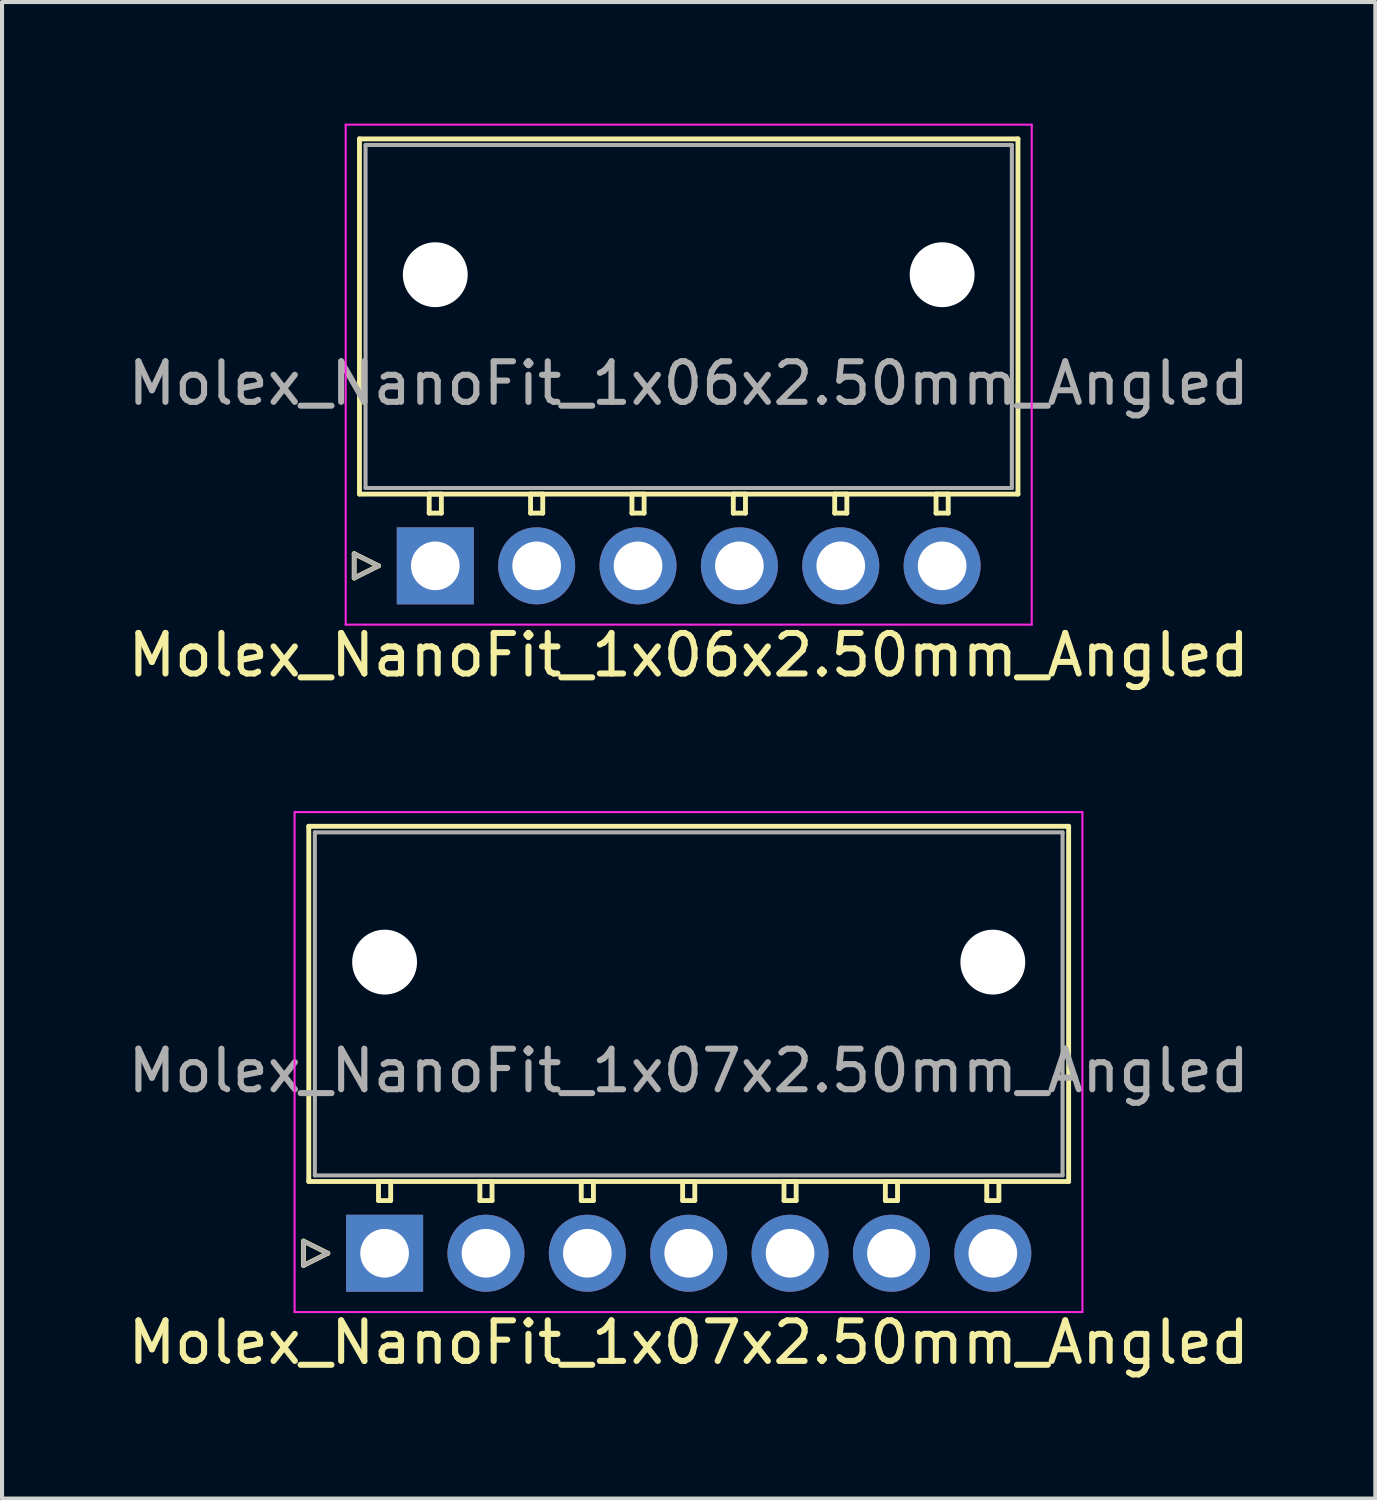
<source format=kicad_pcb>
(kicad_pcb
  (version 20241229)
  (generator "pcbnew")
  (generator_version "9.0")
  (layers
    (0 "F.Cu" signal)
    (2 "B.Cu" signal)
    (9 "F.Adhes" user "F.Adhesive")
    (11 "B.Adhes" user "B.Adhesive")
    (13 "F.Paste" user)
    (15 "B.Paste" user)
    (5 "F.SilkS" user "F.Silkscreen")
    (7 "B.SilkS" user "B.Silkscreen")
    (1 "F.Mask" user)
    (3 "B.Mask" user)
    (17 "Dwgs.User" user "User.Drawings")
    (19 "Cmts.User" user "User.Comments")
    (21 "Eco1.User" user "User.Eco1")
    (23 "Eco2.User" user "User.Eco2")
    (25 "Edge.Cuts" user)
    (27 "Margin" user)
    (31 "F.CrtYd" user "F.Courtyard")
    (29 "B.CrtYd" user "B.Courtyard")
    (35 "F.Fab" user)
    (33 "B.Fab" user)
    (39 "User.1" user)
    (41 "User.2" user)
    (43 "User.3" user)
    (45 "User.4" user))
  (footprint "Molex_NanoFit_1x06x2.50mm_Angled"
    (layer "F.Cu")
    (at 7.685 10.905)
    (property "Reference" "Molex_NanoFit_1x06x2.50mm_Angled" (at 6.25 2.2 0) (layer "F.SilkS") (effects (font (size 1 1) (thickness 0.15))))
    (attr through_hole)
    (fp_line (start -2 -0.3) (end -1.4 0) (stroke (width 0.12) (type solid)) (layer "F.SilkS"))
    (fp_line (start -2 0.3) (end -2 -0.3) (stroke (width 0.12) (type solid)) (layer "F.SilkS"))
    (fp_line (start -1.87 -10.53) (end -1.87 -1.77) (stroke (width 0.12) (type solid)) (layer "F.SilkS"))
    (fp_line (start -1.87 -1.77) (end 14.37 -1.77) (stroke (width 0.12) (type solid)) (layer "F.SilkS"))
    (fp_line (start -1.4 0) (end -2 0.3) (stroke (width 0.12) (type solid)) (layer "F.SilkS"))
    (fp_line (start -0.15 -1.77) (end -0.15 -1.3) (stroke (width 0.12) (type solid)) (layer "F.SilkS"))
    (fp_line (start -0.15 -1.3) (end 0.15 -1.3) (stroke (width 0.12) (type solid)) (layer "F.SilkS"))
    (fp_line (start 0.15 -1.77) (end -0.15 -1.77) (stroke (width 0.12) (type solid)) (layer "F.SilkS"))
    (fp_line (start 0.15 -1.3) (end 0.15 -1.77) (stroke (width 0.12) (type solid)) (layer "F.SilkS"))
    (fp_line (start 2.35 -1.77) (end 2.35 -1.3) (stroke (width 0.12) (type solid)) (layer "F.SilkS"))
    (fp_line (start 2.35 -1.3) (end 2.65 -1.3) (stroke (width 0.12) (type solid)) (layer "F.SilkS"))
    (fp_line (start 2.65 -1.77) (end 2.35 -1.77) (stroke (width 0.12) (type solid)) (layer "F.SilkS"))
    (fp_line (start 2.65 -1.3) (end 2.65 -1.77) (stroke (width 0.12) (type solid)) (layer "F.SilkS"))
    (fp_line (start 4.85 -1.77) (end 4.85 -1.3) (stroke (width 0.12) (type solid)) (layer "F.SilkS"))
    (fp_line (start 4.85 -1.3) (end 5.15 -1.3) (stroke (width 0.12) (type solid)) (layer "F.SilkS"))
    (fp_line (start 5.15 -1.77) (end 4.85 -1.77) (stroke (width 0.12) (type solid)) (layer "F.SilkS"))
    (fp_line (start 5.15 -1.3) (end 5.15 -1.77) (stroke (width 0.12) (type solid)) (layer "F.SilkS"))
    (fp_line (start 7.35 -1.77) (end 7.35 -1.3) (stroke (width 0.12) (type solid)) (layer "F.SilkS"))
    (fp_line (start 7.35 -1.3) (end 7.65 -1.3) (stroke (width 0.12) (type solid)) (layer "F.SilkS"))
    (fp_line (start 7.65 -1.77) (end 7.35 -1.77) (stroke (width 0.12) (type solid)) (layer "F.SilkS"))
    (fp_line (start 7.65 -1.3) (end 7.65 -1.77) (stroke (width 0.12) (type solid)) (layer "F.SilkS"))
    (fp_line (start 9.85 -1.77) (end 9.85 -1.3) (stroke (width 0.12) (type solid)) (layer "F.SilkS"))
    (fp_line (start 9.85 -1.3) (end 10.15 -1.3) (stroke (width 0.12) (type solid)) (layer "F.SilkS"))
    (fp_line (start 10.15 -1.77) (end 9.85 -1.77) (stroke (width 0.12) (type solid)) (layer "F.SilkS"))
    (fp_line (start 10.15 -1.3) (end 10.15 -1.77) (stroke (width 0.12) (type solid)) (layer "F.SilkS"))
    (fp_line (start 12.35 -1.77) (end 12.35 -1.3) (stroke (width 0.12) (type solid)) (layer "F.SilkS"))
    (fp_line (start 12.35 -1.3) (end 12.65 -1.3) (stroke (width 0.12) (type solid)) (layer "F.SilkS"))
    (fp_line (start 12.65 -1.77) (end 12.35 -1.77) (stroke (width 0.12) (type solid)) (layer "F.SilkS"))
    (fp_line (start 12.65 -1.3) (end 12.65 -1.77) (stroke (width 0.12) (type solid)) (layer "F.SilkS"))
    (fp_line (start 14.37 -10.53) (end -1.87 -10.53) (stroke (width 0.12) (type solid)) (layer "F.SilkS"))
    (fp_line (start 14.37 -1.77) (end 14.37 -10.53) (stroke (width 0.12) (type solid)) (layer "F.SilkS"))
    (fp_line (start -2.21 -10.88) (end -2.21 1.45) (stroke (width 0.05) (type solid)) (layer "F.CrtYd"))
    (fp_line (start -2.21 1.45) (end 14.71 1.45) (stroke (width 0.05) (type solid)) (layer "F.CrtYd"))
    (fp_line (start 14.71 -10.88) (end -2.21 -10.88) (stroke (width 0.05) (type solid)) (layer "F.CrtYd"))
    (fp_line (start 14.71 1.45) (end 14.71 -10.88) (stroke (width 0.05) (type solid)) (layer "F.CrtYd"))
    (fp_line (start -2 -0.3) (end -1.4 0) (stroke (width 0.1) (type solid)) (layer "F.Fab"))
    (fp_line (start -2 0.3) (end -2 -0.3) (stroke (width 0.1) (type solid)) (layer "F.Fab"))
    (fp_line (start -1.72 -10.38) (end -1.72 -1.92) (stroke (width 0.1) (type solid)) (layer "F.Fab"))
    (fp_line (start -1.72 -1.92) (end 14.22 -1.92) (stroke (width 0.1) (type solid)) (layer "F.Fab"))
    (fp_line (start -1.4 0) (end -2 0.3) (stroke (width 0.1) (type solid)) (layer "F.Fab"))
    (fp_line (start 14.22 -10.38) (end -1.72 -10.38) (stroke (width 0.1) (type solid)) (layer "F.Fab"))
    (fp_line (start 14.22 -1.92) (end 14.22 -10.38) (stroke (width 0.1) (type solid)) (layer "F.Fab"))
    (fp_text user "${REFERENCE}" (at 6.25 -4.5 0) (layer "F.Fab") (effects (font (size 1 1) (thickness 0.15))))
    (pad "" np_thru_hole circle (at 0 -7.18) (size 1.6 1.6) (drill 1.6) (layers "*.Cu" "*.Mask"))
    (pad "" np_thru_hole circle (at 12.5 -7.18) (size 1.6 1.6) (drill 1.6) (layers "*.Cu" "*.Mask"))
    (pad "1" thru_hole rect (at 0 0) (size 1.9 1.9) (drill 1.2) (layers "*.Cu" "*.Mask"))
    (pad "2" thru_hole circle (at 2.5 0) (size 1.9 1.9) (drill 1.2) (layers "*.Cu" "*.Mask"))
    (pad "3" thru_hole circle (at 5 0) (size 1.9 1.9) (drill 1.2) (layers "*.Cu" "*.Mask"))
    (pad "4" thru_hole circle (at 7.5 0) (size 1.9 1.9) (drill 1.2) (layers "*.Cu" "*.Mask"))
    (pad "5" thru_hole circle (at 10 0) (size 1.9 1.9) (drill 1.2) (layers "*.Cu" "*.Mask"))
    (pad "6" thru_hole circle (at 12.5 0) (size 1.9 1.9) (drill 1.2) (layers "*.Cu" "*.Mask")))
  (footprint "Molex_NanoFit_1x07x2.50mm_Angled"
    (layer "F.Cu")
    (at 6.435 27.858)
    (property "Reference" "Molex_NanoFit_1x07x2.50mm_Angled" (at 7.5 2.2 0) (layer "F.SilkS") (effects (font (size 1 1) (thickness 0.15))))
    (attr through_hole)
    (fp_line (start -2 -0.3) (end -1.4 0) (stroke (width 0.12) (type solid)) (layer "F.SilkS"))
    (fp_line (start -2 0.3) (end -2 -0.3) (stroke (width 0.12) (type solid)) (layer "F.SilkS"))
    (fp_line (start -1.87 -10.53) (end -1.87 -1.77) (stroke (width 0.12) (type solid)) (layer "F.SilkS"))
    (fp_line (start -1.87 -1.77) (end 16.87 -1.77) (stroke (width 0.12) (type solid)) (layer "F.SilkS"))
    (fp_line (start -1.4 0) (end -2 0.3) (stroke (width 0.12) (type solid)) (layer "F.SilkS"))
    (fp_line (start -0.15 -1.77) (end -0.15 -1.3) (stroke (width 0.12) (type solid)) (layer "F.SilkS"))
    (fp_line (start -0.15 -1.3) (end 0.15 -1.3) (stroke (width 0.12) (type solid)) (layer "F.SilkS"))
    (fp_line (start 0.15 -1.77) (end -0.15 -1.77) (stroke (width 0.12) (type solid)) (layer "F.SilkS"))
    (fp_line (start 0.15 -1.3) (end 0.15 -1.77) (stroke (width 0.12) (type solid)) (layer "F.SilkS"))
    (fp_line (start 2.35 -1.77) (end 2.35 -1.3) (stroke (width 0.12) (type solid)) (layer "F.SilkS"))
    (fp_line (start 2.35 -1.3) (end 2.65 -1.3) (stroke (width 0.12) (type solid)) (layer "F.SilkS"))
    (fp_line (start 2.65 -1.77) (end 2.35 -1.77) (stroke (width 0.12) (type solid)) (layer "F.SilkS"))
    (fp_line (start 2.65 -1.3) (end 2.65 -1.77) (stroke (width 0.12) (type solid)) (layer "F.SilkS"))
    (fp_line (start 4.85 -1.77) (end 4.85 -1.3) (stroke (width 0.12) (type solid)) (layer "F.SilkS"))
    (fp_line (start 4.85 -1.3) (end 5.15 -1.3) (stroke (width 0.12) (type solid)) (layer "F.SilkS"))
    (fp_line (start 5.15 -1.77) (end 4.85 -1.77) (stroke (width 0.12) (type solid)) (layer "F.SilkS"))
    (fp_line (start 5.15 -1.3) (end 5.15 -1.77) (stroke (width 0.12) (type solid)) (layer "F.SilkS"))
    (fp_line (start 7.35 -1.77) (end 7.35 -1.3) (stroke (width 0.12) (type solid)) (layer "F.SilkS"))
    (fp_line (start 7.35 -1.3) (end 7.65 -1.3) (stroke (width 0.12) (type solid)) (layer "F.SilkS"))
    (fp_line (start 7.65 -1.77) (end 7.35 -1.77) (stroke (width 0.12) (type solid)) (layer "F.SilkS"))
    (fp_line (start 7.65 -1.3) (end 7.65 -1.77) (stroke (width 0.12) (type solid)) (layer "F.SilkS"))
    (fp_line (start 9.85 -1.77) (end 9.85 -1.3) (stroke (width 0.12) (type solid)) (layer "F.SilkS"))
    (fp_line (start 9.85 -1.3) (end 10.15 -1.3) (stroke (width 0.12) (type solid)) (layer "F.SilkS"))
    (fp_line (start 10.15 -1.77) (end 9.85 -1.77) (stroke (width 0.12) (type solid)) (layer "F.SilkS"))
    (fp_line (start 10.15 -1.3) (end 10.15 -1.77) (stroke (width 0.12) (type solid)) (layer "F.SilkS"))
    (fp_line (start 12.35 -1.77) (end 12.35 -1.3) (stroke (width 0.12) (type solid)) (layer "F.SilkS"))
    (fp_line (start 12.35 -1.3) (end 12.65 -1.3) (stroke (width 0.12) (type solid)) (layer "F.SilkS"))
    (fp_line (start 12.65 -1.77) (end 12.35 -1.77) (stroke (width 0.12) (type solid)) (layer "F.SilkS"))
    (fp_line (start 12.65 -1.3) (end 12.65 -1.77) (stroke (width 0.12) (type solid)) (layer "F.SilkS"))
    (fp_line (start 14.85 -1.77) (end 14.85 -1.3) (stroke (width 0.12) (type solid)) (layer "F.SilkS"))
    (fp_line (start 14.85 -1.3) (end 15.15 -1.3) (stroke (width 0.12) (type solid)) (layer "F.SilkS"))
    (fp_line (start 15.15 -1.77) (end 14.85 -1.77) (stroke (width 0.12) (type solid)) (layer "F.SilkS"))
    (fp_line (start 15.15 -1.3) (end 15.15 -1.77) (stroke (width 0.12) (type solid)) (layer "F.SilkS"))
    (fp_line (start 16.87 -10.53) (end -1.87 -10.53) (stroke (width 0.12) (type solid)) (layer "F.SilkS"))
    (fp_line (start 16.87 -1.77) (end 16.87 -10.53) (stroke (width 0.12) (type solid)) (layer "F.SilkS"))
    (fp_line (start -2.22 -10.88) (end -2.22 1.45) (stroke (width 0.05) (type solid)) (layer "F.CrtYd"))
    (fp_line (start -2.22 1.45) (end 17.21 1.45) (stroke (width 0.05) (type solid)) (layer "F.CrtYd"))
    (fp_line (start 17.21 -10.88) (end -2.22 -10.88) (stroke (width 0.05) (type solid)) (layer "F.CrtYd"))
    (fp_line (start 17.21 1.45) (end 17.21 -10.88) (stroke (width 0.05) (type solid)) (layer "F.CrtYd"))
    (fp_line (start -2 -0.3) (end -1.4 0) (stroke (width 0.1) (type solid)) (layer "F.Fab"))
    (fp_line (start -2 0.3) (end -2 -0.3) (stroke (width 0.1) (type solid)) (layer "F.Fab"))
    (fp_line (start -1.72 -10.38) (end -1.72 -1.92) (stroke (width 0.1) (type solid)) (layer "F.Fab"))
    (fp_line (start -1.72 -1.92) (end 16.72 -1.92) (stroke (width 0.1) (type solid)) (layer "F.Fab"))
    (fp_line (start -1.4 0) (end -2 0.3) (stroke (width 0.1) (type solid)) (layer "F.Fab"))
    (fp_line (start 16.72 -10.38) (end -1.72 -10.38) (stroke (width 0.1) (type solid)) (layer "F.Fab"))
    (fp_line (start 16.72 -1.92) (end 16.72 -10.38) (stroke (width 0.1) (type solid)) (layer "F.Fab"))
    (fp_text user "${REFERENCE}" (at 7.5 -4.5 0) (layer "F.Fab") (effects (font (size 1 1) (thickness 0.15))))
    (pad "" np_thru_hole circle (at 0 -7.18) (size 1.6 1.6) (drill 1.6) (layers "*.Cu" "*.Mask"))
    (pad "" np_thru_hole circle (at 15 -7.18) (size 1.6 1.6) (drill 1.6) (layers "*.Cu" "*.Mask"))
    (pad "1" thru_hole rect (at 0 0) (size 1.9 1.9) (drill 1.2) (layers "*.Cu" "*.Mask"))
    (pad "2" thru_hole circle (at 2.5 0) (size 1.9 1.9) (drill 1.2) (layers "*.Cu" "*.Mask"))
    (pad "3" thru_hole circle (at 5 0) (size 1.9 1.9) (drill 1.2) (layers "*.Cu" "*.Mask"))
    (pad "4" thru_hole circle (at 7.5 0) (size 1.9 1.9) (drill 1.2) (layers "*.Cu" "*.Mask"))
    (pad "5" thru_hole circle (at 10 0) (size 1.9 1.9) (drill 1.2) (layers "*.Cu" "*.Mask"))
    (pad "6" thru_hole circle (at 12.5 0) (size 1.9 1.9) (drill 1.2) (layers "*.Cu" "*.Mask"))
    (pad "7" thru_hole circle (at 15 0) (size 1.9 1.9) (drill 1.2) (layers "*.Cu" "*.Mask")))
  (gr_rect
    (start -3 -3)
    (end 30.869 33.907)
    (stroke (width 0.1) (type default))
    (fill no)
    (layer "Edge.Cuts")))
</source>
